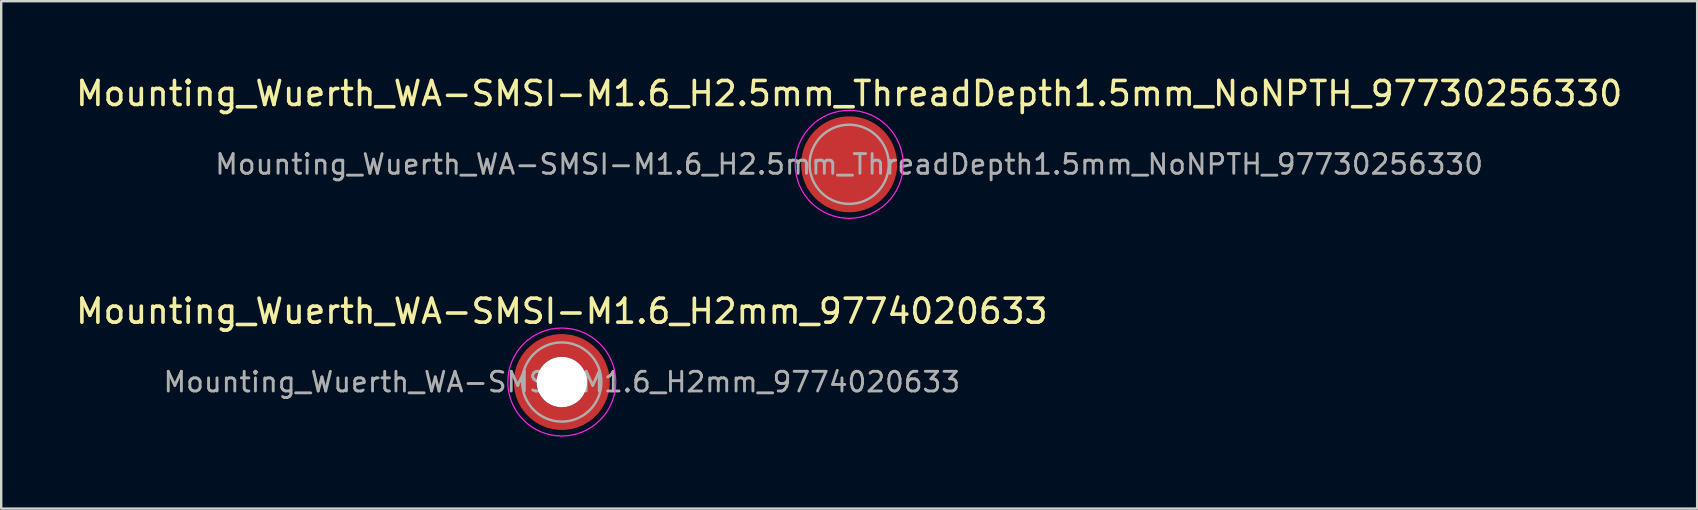
<source format=kicad_pcb>
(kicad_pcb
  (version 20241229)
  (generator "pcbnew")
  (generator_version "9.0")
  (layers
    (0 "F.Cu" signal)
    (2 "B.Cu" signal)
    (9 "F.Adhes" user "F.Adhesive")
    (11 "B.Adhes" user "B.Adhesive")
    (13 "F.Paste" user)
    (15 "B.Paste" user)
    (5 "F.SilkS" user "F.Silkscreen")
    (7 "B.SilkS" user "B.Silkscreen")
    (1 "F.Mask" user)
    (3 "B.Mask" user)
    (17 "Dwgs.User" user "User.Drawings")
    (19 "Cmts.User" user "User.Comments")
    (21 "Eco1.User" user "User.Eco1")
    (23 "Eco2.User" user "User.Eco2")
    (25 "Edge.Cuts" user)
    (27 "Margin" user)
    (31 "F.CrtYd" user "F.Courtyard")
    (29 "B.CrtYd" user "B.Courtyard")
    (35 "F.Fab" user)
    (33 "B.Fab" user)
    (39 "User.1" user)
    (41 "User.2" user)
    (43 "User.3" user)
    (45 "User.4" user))
  (footprint "Mounting_Wuerth_WA-SMSI-M1.6_H2mm_9774020633"
    (layer "F.Cu")
    (at 20.363 12.871)
    (property "Reference" "Mounting_Wuerth_WA-SMSI-M1.6_H2mm_9774020633" (at 0 -2.95 0) (layer "F.SilkS") (effects (font (size 1 1) (thickness 0.15))))
    (attr smd)
    (fp_circle (center 0 0) (end 2.25 0) (stroke (width 0.05) (type solid)) (fill no) (layer "F.CrtYd"))
    (fp_circle (center 0 0) (end 1.65 0) (stroke (width 0.1) (type solid)) (fill no) (layer "F.Fab"))
    (fp_text user "${REFERENCE}" (at 0 0 0) (layer "F.Fab") (effects (font (size 0.82 0.82) (thickness 0.12))))
    (pad "" smd custom (at -1.061 -1.061) (size 0.4 0.4) (layers "F.Paste") (options (anchor circle)) (primitives (gr_arc (start -0.101235 0.76066) (mid 0.212132 0.212132) (end 0.76066 -0.101235) (width 0.2)) (gr_arc (start -0.204251 0.76066) (mid 0.141421 0.141421) (end 0.76066 -0.204251) (width 0.2)) (gr_arc (start -0.306819 0.76066) (mid 0.070711 0.070711) (end 0.76066 -0.306819) (width 0.2)) (gr_arc (start -0.409034 0.76066) (mid 0 0) (end 0.76066 -0.409034) (width 0.2)) (gr_arc (start -0.510963 0.76066) (mid -0.070711 -0.070711) (end 0.76066 -0.510963) (width 0.2)) (gr_arc (start -0.61266 0.76066) (mid -0.141421 -0.141421) (end 0.76066 -0.61266) (width 0.2)) (gr_arc (start -0.714164 0.76066) (mid -0.212132 -0.212132) (end 0.76066 -0.714164) (width 0.2)) (gr_line (start 0.761 -0.101) (end 0.761 -0.714) (width 0.2)) (gr_line (start -0.101 0.761) (end -0.714 0.761) (width 0.2))))
    (pad "" smd custom (at -1.061 1.061) (size 0.4 0.4) (layers "F.Paste") (options (anchor circle)) (primitives (gr_arc (start 0.76066 0.101235) (mid 0.212132 -0.212132) (end -0.101235 -0.76066) (width 0.2)) (gr_arc (start 0.76066 0.204251) (mid 0.141421 -0.141421) (end -0.204251 -0.76066) (width 0.2)) (gr_arc (start 0.76066 0.306819) (mid 0.070711 -0.070711) (end -0.306819 -0.76066) (width 0.2)) (gr_arc (start 0.76066 0.409034) (mid 0 0) (end -0.409034 -0.76066) (width 0.2)) (gr_arc (start 0.76066 0.510963) (mid -0.070711 0.070711) (end -0.510963 -0.76066) (width 0.2)) (gr_arc (start 0.76066 0.61266) (mid -0.141421 0.141421) (end -0.61266 -0.76066) (width 0.2)) (gr_arc (start 0.76066 0.714164) (mid -0.212132 0.212132) (end -0.714164 -0.76066) (width 0.2)) (gr_line (start -0.101 -0.761) (end -0.714 -0.761) (width 0.2)) (gr_line (start 0.761 0.101) (end 0.761 0.714) (width 0.2))))
    (pad "" np_thru_hole circle (at 0 0) (size 2.1 2.1) (drill 2.1) (layers "*.Cu" "*.Mask"))
    (pad "" smd custom (at 1.061 -1.061) (size 0.4 0.4) (layers "F.Paste") (options (anchor circle)) (primitives (gr_arc (start -0.76066 -0.101235) (mid -0.212132 0.212132) (end 0.101235 0.76066) (width 0.2)) (gr_arc (start -0.76066 -0.204251) (mid -0.141421 0.141421) (end 0.204251 0.76066) (width 0.2)) (gr_arc (start -0.76066 -0.306819) (mid -0.070711 0.070711) (end 0.306819 0.76066) (width 0.2)) (gr_arc (start -0.76066 -0.409034) (mid 0 0) (end 0.409034 0.76066) (width 0.2)) (gr_arc (start -0.76066 -0.510963) (mid 0.070711 -0.070711) (end 0.510963 0.76066) (width 0.2)) (gr_arc (start -0.76066 -0.61266) (mid 0.141421 -0.141421) (end 0.61266 0.76066) (width 0.2)) (gr_arc (start -0.76066 -0.714164) (mid 0.212132 -0.212132) (end 0.714164 0.76066) (width 0.2)) (gr_line (start 0.101 0.761) (end 0.714 0.761) (width 0.2)) (gr_line (start -0.761 -0.101) (end -0.761 -0.714) (width 0.2))))
    (pad "" smd custom (at 1.061 1.061) (size 0.4 0.4) (layers "F.Paste") (options (anchor circle)) (primitives (gr_arc (start 0.101235 -0.76066) (mid -0.212132 -0.212132) (end -0.76066 0.101235) (width 0.2)) (gr_arc (start 0.204251 -0.76066) (mid -0.141421 -0.141421) (end -0.76066 0.204251) (width 0.2)) (gr_arc (start 0.306819 -0.76066) (mid -0.070711 -0.070711) (end -0.76066 0.306819) (width 0.2)) (gr_arc (start 0.409034 -0.76066) (mid 0 0) (end -0.76066 0.409034) (width 0.2)) (gr_arc (start 0.510963 -0.76066) (mid 0.070711 0.070711) (end -0.76066 0.510963) (width 0.2)) (gr_arc (start 0.61266 -0.76066) (mid 0.141421 0.141421) (end -0.76066 0.61266) (width 0.2)) (gr_arc (start 0.714164 -0.76066) (mid 0.212132 0.212132) (end -0.76066 0.714164) (width 0.2)) (gr_line (start -0.761 0.101) (end -0.761 0.714) (width 0.2)) (gr_line (start 0.101 -0.761) (end 0.714 -0.761) (width 0.2))))
    (pad "1" smd circle (at -1.525 0) (size 0.55 0.55) (layers "F.Cu"))
    (pad "1" smd circle (at 0 -1.525) (size 0.55 0.55) (layers "F.Cu"))
    (pad "1" smd circle (at 0 1.525) (size 0.55 0.55) (layers "F.Cu"))
    (pad "1" smd custom (at 1.525 0) (size 0.55 0.55) (layers "F.Cu" "F.Mask") (options (anchor circle)) (primitives (gr_circle (center -1.525 0) (end 0 0) (width 0.95) (fill no)))))
  (footprint "Mounting_Wuerth_WA-SMSI-M1.6_H2.5mm_ThreadDepth1.5mm_NoNPTH_97730256330"
    (layer "F.Cu")
    (at 32.339 3.798)
    (property "Reference" "Mounting_Wuerth_WA-SMSI-M1.6_H2.5mm_ThreadDepth1.5mm_NoNPTH_97730256330" (at 0 -2.95 0) (layer "F.SilkS") (effects (font (size 1 1) (thickness 0.15))))
    (attr smd)
    (fp_circle (center 0 0) (end 2.25 0) (stroke (width 0.05) (type solid)) (fill no) (layer "F.CrtYd"))
    (fp_circle (center 0 0) (end 1.65 0) (stroke (width 0.1) (type solid)) (fill no) (layer "F.Fab"))
    (fp_text user "${REFERENCE}" (at 0 0 0) (layer "F.Fab") (effects (font (size 0.82 0.82) (thickness 0.12))))
    (pad "" smd custom (at -0.778 -0.778) (size 1.2 1.2) (layers "F.Paste") (options (anchor circle)) (primitives (gr_arc (start 0.465568 0.527817) (mid 0.494975 0.494974) (end 0.527818 0.465567) (width 0.2)) (gr_arc (start 0.344805 0.527817) (mid 0.424264 0.424264) (end 0.527818 0.344805) (width 0.2)) (gr_arc (start 0.232382 0.527817) (mid 0.353553 0.353553) (end 0.527817 0.232382) (width 0.2)) (gr_arc (start 0.123983 0.527817) (mid 0.282843 0.282842) (end 0.527818 0.123983) (width 0.2)) (gr_arc (start 0.017883 0.527817) (mid 0.212132 0.212132) (end 0.527817 0.017883) (width 0.2)) (gr_arc (start -0.086763 0.527817) (mid 0.141421 0.141421) (end 0.527817 -0.086763) (width 0.2)) (gr_arc (start -0.190428 0.527817) (mid 0.070711 0.070711) (end 0.527817 -0.190428) (width 0.2)) (gr_arc (start -0.293397 0.527817) (mid 0 0) (end 0.527817 -0.293397) (width 0.2)) (gr_arc (start -0.395852 0.527817) (mid -0.070711 -0.070711) (end 0.527817 -0.395852) (width 0.2)) (gr_arc (start -0.497918 0.527817) (mid -0.141422 -0.141422) (end 0.527817 -0.497918) (width 0.2)) (gr_arc (start -0.59968 0.527817) (mid -0.212132 -0.212132) (end 0.527817 -0.59968) (width 0.2)) (gr_arc (start -0.701202 0.527817) (mid -0.282843 -0.282843) (end 0.527817 -0.701202) (width 0.2)) (gr_arc (start -0.802531 0.527817) (mid -0.353554 -0.353554) (end 0.527817 -0.802531) (width 0.2)) (gr_arc (start -0.9037 0.527817) (mid -0.424264 -0.424264) (end 0.527817 -0.9037) (width 0.2)) (gr_arc (start -1.004737 0.527817) (mid -0.494975 -0.494975) (end 0.527817 -1.004737) (width 0.2)) (gr_line (start 0.528 0.466) (end 0.528 -1.005) (width 0.2)) (gr_line (start 0.466 0.528) (end -1.005 0.528) (width 0.2))))
    (pad "" smd custom (at -0.778 0.778) (size 1.2 1.2) (layers "F.Paste") (options (anchor circle)) (primitives (gr_arc (start 0.527817 -0.465568) (mid 0.494974 -0.494975) (end 0.465567 -0.527818) (width 0.2)) (gr_arc (start 0.527817 -0.344805) (mid 0.424264 -0.424264) (end 0.344805 -0.527818) (width 0.2)) (gr_arc (start 0.527817 -0.232382) (mid 0.353553 -0.353553) (end 0.232382 -0.527817) (width 0.2)) (gr_arc (start 0.527817 -0.123983) (mid 0.282842 -0.282843) (end 0.123983 -0.527818) (width 0.2)) (gr_arc (start 0.527817 -0.017883) (mid 0.212132 -0.212132) (end 0.017883 -0.527817) (width 0.2)) (gr_arc (start 0.527817 0.086763) (mid 0.141421 -0.141421) (end -0.086763 -0.527817) (width 0.2)) (gr_arc (start 0.527817 0.190428) (mid 0.070711 -0.070711) (end -0.190428 -0.527817) (width 0.2)) (gr_arc (start 0.527817 0.293397) (mid 0 0) (end -0.293397 -0.527817) (width 0.2)) (gr_arc (start 0.527817 0.395852) (mid -0.070711 0.070711) (end -0.395852 -0.527817) (width 0.2)) (gr_arc (start 0.527817 0.497918) (mid -0.141422 0.141422) (end -0.497918 -0.527817) (width 0.2)) (gr_arc (start 0.527817 0.59968) (mid -0.212132 0.212132) (end -0.59968 -0.527817) (width 0.2)) (gr_arc (start 0.527817 0.701202) (mid -0.282843 0.282843) (end -0.701202 -0.527817) (width 0.2)) (gr_arc (start 0.527817 0.802531) (mid -0.353554 0.353554) (end -0.802531 -0.527817) (width 0.2)) (gr_arc (start 0.527817 0.9037) (mid -0.424264 0.424264) (end -0.9037 -0.527817) (width 0.2)) (gr_arc (start 0.527817 1.004737) (mid -0.494975 0.494975) (end -1.004737 -0.527817) (width 0.2)) (gr_line (start 0.466 -0.528) (end -1.005 -0.528) (width 0.2)) (gr_line (start 0.528 -0.466) (end 0.528 1.005) (width 0.2))))
    (pad "" smd custom (at 0.778 -0.778) (size 1.2 1.2) (layers "F.Paste") (options (anchor circle)) (primitives (gr_arc (start -0.527817 0.465568) (mid -0.494974 0.494975) (end -0.465567 0.527818) (width 0.2)) (gr_arc (start -0.527817 0.344805) (mid -0.424264 0.424264) (end -0.344805 0.527818) (width 0.2)) (gr_arc (start -0.527817 0.232382) (mid -0.353553 0.353553) (end -0.232382 0.527817) (width 0.2)) (gr_arc (start -0.527817 0.123983) (mid -0.282842 0.282843) (end -0.123983 0.527818) (width 0.2)) (gr_arc (start -0.527817 0.017883) (mid -0.212132 0.212132) (end -0.017883 0.527817) (width 0.2)) (gr_arc (start -0.527817 -0.086763) (mid -0.141421 0.141421) (end 0.086763 0.527817) (width 0.2)) (gr_arc (start -0.527817 -0.190428) (mid -0.070711 0.070711) (end 0.190428 0.527817) (width 0.2)) (gr_arc (start -0.527817 -0.293397) (mid 0 0) (end 0.293397 0.527817) (width 0.2)) (gr_arc (start -0.527817 -0.395852) (mid 0.070711 -0.070711) (end 0.395852 0.527817) (width 0.2)) (gr_arc (start -0.527817 -0.497918) (mid 0.141422 -0.141422) (end 0.497918 0.527817) (width 0.2)) (gr_arc (start -0.527817 -0.59968) (mid 0.212132 -0.212132) (end 0.59968 0.527817) (width 0.2)) (gr_arc (start -0.527817 -0.701202) (mid 0.282843 -0.282843) (end 0.701202 0.527817) (width 0.2)) (gr_arc (start -0.527817 -0.802531) (mid 0.353554 -0.353554) (end 0.802531 0.527817) (width 0.2)) (gr_arc (start -0.527817 -0.9037) (mid 0.424264 -0.424264) (end 0.9037 0.527817) (width 0.2)) (gr_arc (start -0.527817 -1.004737) (mid 0.494975 -0.494975) (end 1.004737 0.527817) (width 0.2)) (gr_line (start -0.466 0.528) (end 1.005 0.528) (width 0.2)) (gr_line (start -0.528 0.466) (end -0.528 -1.005) (width 0.2))))
    (pad "" smd custom (at 0.778 0.778) (size 1.2 1.2) (layers "F.Paste") (options (anchor circle)) (primitives (gr_arc (start -0.465568 -0.527817) (mid -0.494975 -0.494974) (end -0.527818 -0.465567) (width 0.2)) (gr_arc (start -0.344805 -0.527817) (mid -0.424264 -0.424264) (end -0.527818 -0.344805) (width 0.2)) (gr_arc (start -0.232382 -0.527817) (mid -0.353553 -0.353553) (end -0.527817 -0.232382) (width 0.2)) (gr_arc (start -0.123983 -0.527817) (mid -0.282843 -0.282842) (end -0.527818 -0.123983) (width 0.2)) (gr_arc (start -0.017883 -0.527817) (mid -0.212132 -0.212132) (end -0.527817 -0.017883) (width 0.2)) (gr_arc (start 0.086763 -0.527817) (mid -0.141421 -0.141421) (end -0.527817 0.086763) (width 0.2)) (gr_arc (start 0.190428 -0.527817) (mid -0.070711 -0.070711) (end -0.527817 0.190428) (width 0.2)) (gr_arc (start 0.293397 -0.527817) (mid 0 0) (end -0.527817 0.293397) (width 0.2)) (gr_arc (start 0.395852 -0.527817) (mid 0.070711 0.070711) (end -0.527817 0.395852) (width 0.2)) (gr_arc (start 0.497918 -0.527817) (mid 0.141422 0.141422) (end -0.527817 0.497918) (width 0.2)) (gr_arc (start 0.59968 -0.527817) (mid 0.212132 0.212132) (end -0.527817 0.59968) (width 0.2)) (gr_arc (start 0.701202 -0.527817) (mid 0.282843 0.282843) (end -0.527817 0.701202) (width 0.2)) (gr_arc (start 0.802531 -0.527817) (mid 0.353554 0.353554) (end -0.527817 0.802531) (width 0.2)) (gr_arc (start 0.9037 -0.527817) (mid 0.424264 0.424264) (end -0.527817 0.9037) (width 0.2)) (gr_arc (start 1.004737 -0.527817) (mid 0.494975 0.494975) (end -0.527817 1.004737) (width 0.2)) (gr_line (start -0.528 -0.466) (end -0.528 1.005) (width 0.2)) (gr_line (start -0.466 -0.528) (end 1.005 -0.528) (width 0.2))))
    (pad "1" smd circle (at 0 0) (size 4 4) (layers "F.Cu" "F.Mask")))
  (gr_rect
    (start -3 -3)
    (end 67.679 18.146)
    (stroke (width 0.1) (type default))
    (fill no)
    (layer "Edge.Cuts")))
</source>
